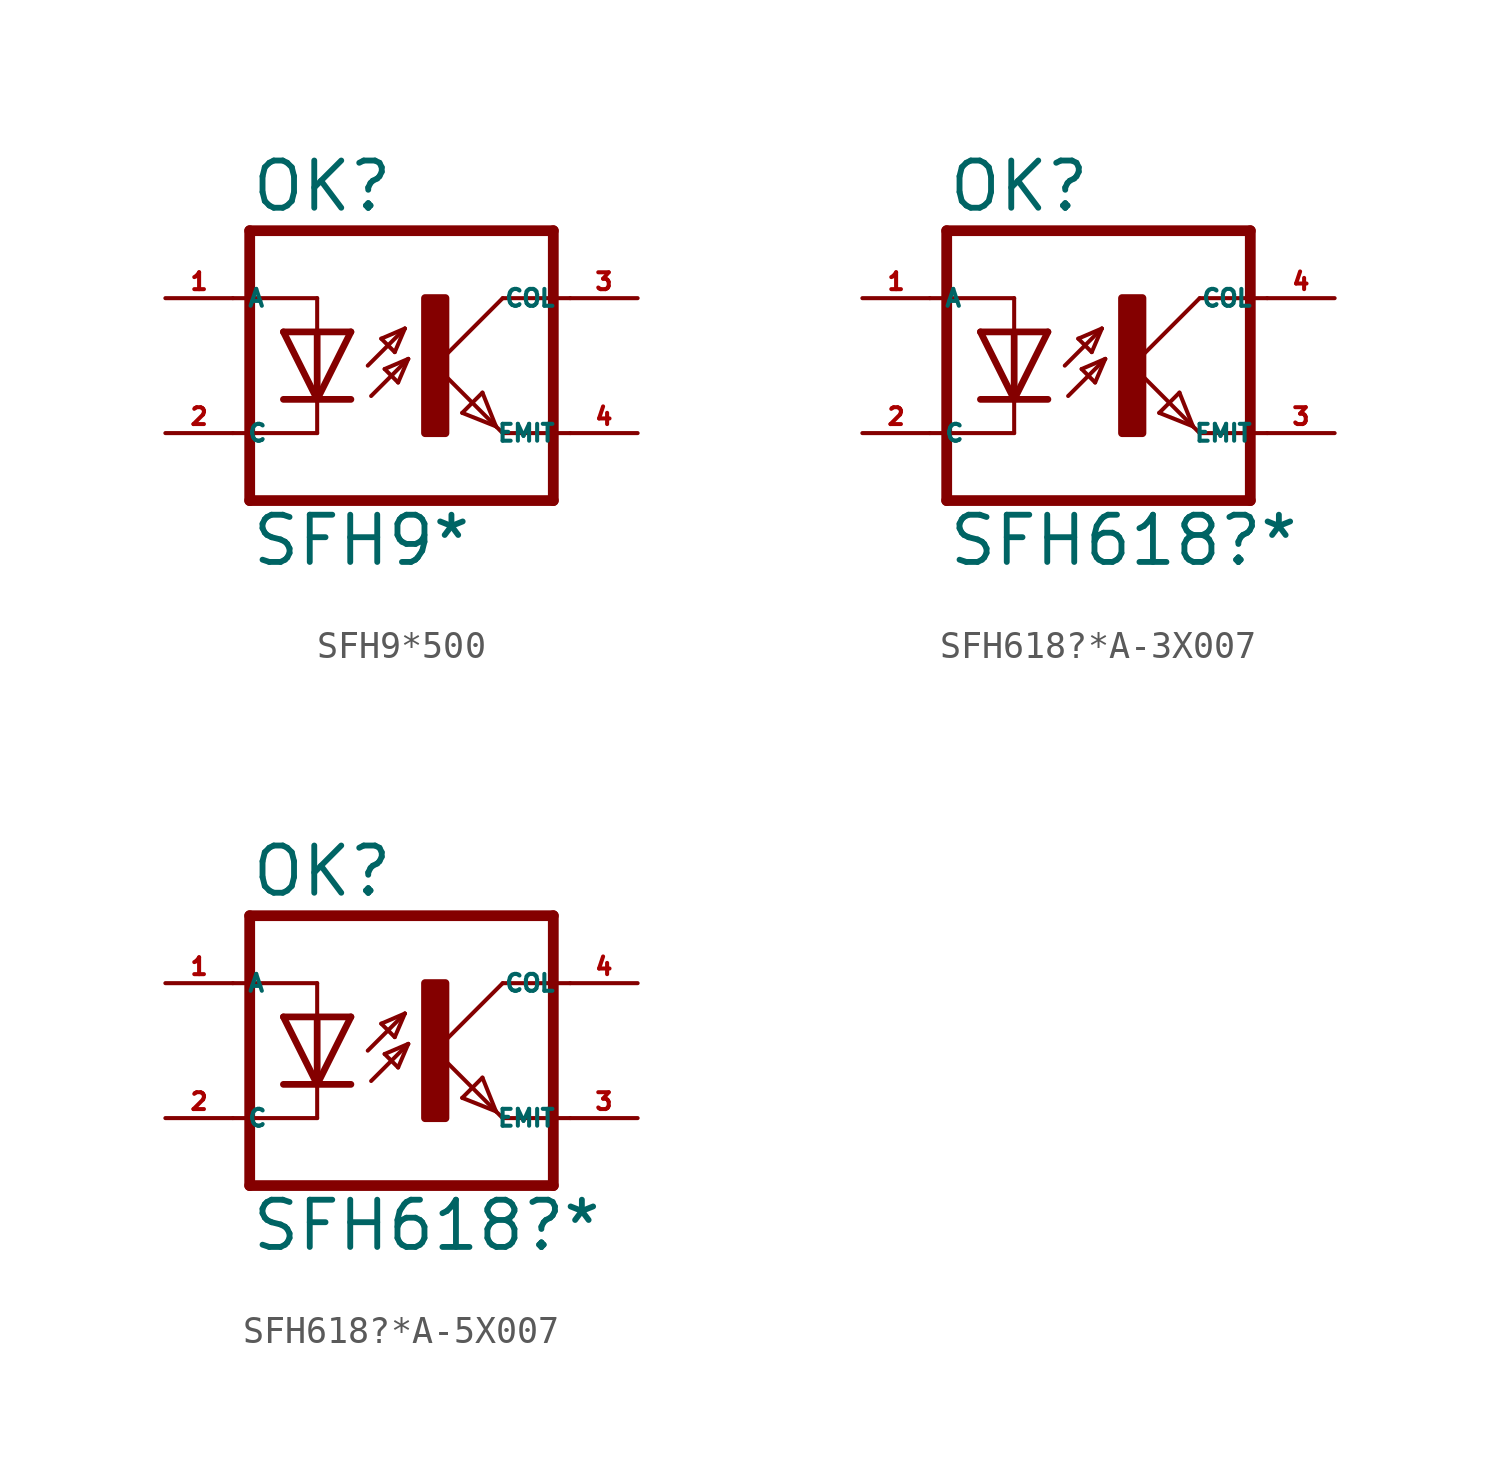
<source format=kicad_sym>
(kicad_symbol_lib
  (version 20220914)
  (generator kicad_symbol_editor)
  (symbol "SFH9*500"
    (property "Reference" "OK"
      (at -6.985 5.715 0)
      (effects (font (size 1.778 1.778) (thickness 0.22)) (justify left bottom)))
    (property "Value" "SFH9*"
      (at -6.985 -7.62 0)
      (effects (font (size 1.778 1.778) (thickness 0.22)) (justify left bottom)))
    (symbol "SFH9*500_1_1"
      (rectangle (start -0.381 -2.54) (end 0.381 2.54) (stroke (width 0.3) (type default)) (fill (type outline)))
      (polyline (pts (xy -6.985 -5.08) (xy 4.445 -5.08)) (stroke (width 0.406) (type default)) (fill (type none)))
      (polyline (pts (xy -6.985 5.08) (xy -6.985 -5.08)) (stroke (width 0.406) (type default)) (fill (type none)))
      (polyline (pts (xy -6.985 5.08) (xy 4.445 5.08)) (stroke (width 0.406) (type default)) (fill (type none)))
      (polyline (pts (xy -4.445 -2.54) (xy -7.62 -2.54)) (stroke (width 0.152) (type default)) (fill (type none)))
      (polyline (pts (xy -4.445 -1.27) (xy -5.715 -1.27)) (stroke (width 0.254) (type default)) (fill (type none)))
      (polyline (pts (xy -4.445 -1.27) (xy -5.715 1.27)) (stroke (width 0.254) (type default)) (fill (type none)))
      (polyline (pts (xy -4.445 -1.27) (xy -4.445 -2.54)) (stroke (width 0.152) (type default)) (fill (type none)))
      (polyline (pts (xy -4.445 1.27) (xy -5.715 1.27)) (stroke (width 0.254) (type default)) (fill (type none)))
      (polyline (pts (xy -4.445 1.27) (xy -4.445 -1.27)) (stroke (width 0.254) (type default)) (fill (type none)))
      (polyline (pts (xy -4.445 2.54) (xy -7.62 2.54)) (stroke (width 0.152) (type default)) (fill (type none)))
      (polyline (pts (xy -4.445 2.54) (xy -4.445 1.27)) (stroke (width 0.152) (type default)) (fill (type none)))
      (polyline (pts (xy -3.175 -1.27) (xy -4.445 -1.27)) (stroke (width 0.254) (type default)) (fill (type none)))
      (polyline (pts (xy -3.175 1.27) (xy -4.445 -1.27)) (stroke (width 0.254) (type default)) (fill (type none)))
      (polyline (pts (xy -3.175 1.27) (xy -4.445 1.27)) (stroke (width 0.254) (type default)) (fill (type none)))
      (polyline (pts (xy -2.54 0) (xy -1.143 1.397)) (stroke (width 0.152) (type default)) (fill (type none)))
      (polyline (pts (xy -2.413 -1.143) (xy -1.016 0.254)) (stroke (width 0.152) (type default)) (fill (type none)))
      (polyline (pts (xy -2.032 1.016) (xy -1.524 0.508)) (stroke (width 0.152) (type default)) (fill (type none)))
      (polyline (pts (xy -1.905 -0.127) (xy -1.397 -0.635)) (stroke (width 0.152) (type default)) (fill (type none)))
      (polyline (pts (xy -1.524 0.508) (xy -1.143 1.397)) (stroke (width 0.152) (type default)) (fill (type none)))
      (polyline (pts (xy -1.397 -0.635) (xy -1.016 0.254)) (stroke (width 0.152) (type default)) (fill (type none)))
      (polyline (pts (xy -1.143 1.397) (xy -2.032 1.016)) (stroke (width 0.152) (type default)) (fill (type none)))
      (polyline (pts (xy -1.016 0.254) (xy -1.905 -0.127)) (stroke (width 0.152) (type default)) (fill (type none)))
      (polyline (pts (xy 0 0) (xy 2.286 -2.286)) (stroke (width 0.152) (type default)) (fill (type none)))
      (polyline (pts (xy 1.016 -1.778) (xy 1.778 -1.016)) (stroke (width 0.152) (type default)) (fill (type none)))
      (polyline (pts (xy 1.778 -1.016) (xy 2.286 -2.286)) (stroke (width 0.152) (type default)) (fill (type none)))
      (polyline (pts (xy 2.286 -2.286) (xy 1.016 -1.778)) (stroke (width 0.152) (type default)) (fill (type none)))
      (polyline (pts (xy 2.286 -2.286) (xy 2.54 -2.54)) (stroke (width 0.152) (type default)) (fill (type none)))
      (polyline (pts (xy 2.54 -2.54) (xy 5.08 -2.54)) (stroke (width 0.152) (type default)) (fill (type none)))
      (polyline (pts (xy 2.54 2.54) (xy 0 0)) (stroke (width 0.152) (type default)) (fill (type none)))
      (polyline (pts (xy 2.54 2.54) (xy 5.08 2.54)) (stroke (width 0.152) (type default)) (fill (type none)))
      (polyline (pts (xy 4.445 5.08) (xy 4.445 -5.08)) (stroke (width 0.406) (type default)) (fill (type none)))
      (pin passive line (at -10.16 2.54 0) (length 2.54) (name "A" (effects (font (size 0.635 0.635)))) (number "1" (effects (font (size 0.635 0.635)))))
      (pin passive line (at -10.16 -2.54 0) (length 2.54) (name "C" (effects (font (size 0.635 0.635)))) (number "2" (effects (font (size 0.635 0.635)))))
      (pin passive line (at 7.62 2.54 180) (length 2.54) (name "COL" (effects (font (size 0.635 0.635)))) (number "3" (effects (font (size 0.635 0.635)))))
      (pin passive line (at 7.62 -2.54 180) (length 2.54) (name "EMIT" (effects (font (size 0.635 0.635)))) (number "4" (effects (font (size 0.635 0.635)))))))
  (symbol "SFH618?*A-3X007"
    (property "Reference" "OK"
      (at -6.985 5.715 0)
      (effects (font (size 1.778 1.778) (thickness 0.22)) (justify left bottom)))
    (property "Value" "SFH618?*"
      (at -6.985 -7.62 0)
      (effects (font (size 1.778 1.778) (thickness 0.22)) (justify left bottom)))
    (symbol "SFH618?*A-3X007_1_1"
      (rectangle (start -0.381 -2.54) (end 0.381 2.54) (stroke (width 0.3) (type default)) (fill (type outline)))
      (polyline (pts (xy -6.985 -5.08) (xy 4.445 -5.08)) (stroke (width 0.406) (type default)) (fill (type none)))
      (polyline (pts (xy -6.985 5.08) (xy -6.985 -5.08)) (stroke (width 0.406) (type default)) (fill (type none)))
      (polyline (pts (xy -6.985 5.08) (xy 4.445 5.08)) (stroke (width 0.406) (type default)) (fill (type none)))
      (polyline (pts (xy -4.445 -2.54) (xy -7.62 -2.54)) (stroke (width 0.152) (type default)) (fill (type none)))
      (polyline (pts (xy -4.445 -1.27) (xy -5.715 -1.27)) (stroke (width 0.254) (type default)) (fill (type none)))
      (polyline (pts (xy -4.445 -1.27) (xy -5.715 1.27)) (stroke (width 0.254) (type default)) (fill (type none)))
      (polyline (pts (xy -4.445 -1.27) (xy -4.445 -2.54)) (stroke (width 0.152) (type default)) (fill (type none)))
      (polyline (pts (xy -4.445 1.27) (xy -5.715 1.27)) (stroke (width 0.254) (type default)) (fill (type none)))
      (polyline (pts (xy -4.445 1.27) (xy -4.445 -1.27)) (stroke (width 0.254) (type default)) (fill (type none)))
      (polyline (pts (xy -4.445 2.54) (xy -7.62 2.54)) (stroke (width 0.152) (type default)) (fill (type none)))
      (polyline (pts (xy -4.445 2.54) (xy -4.445 1.27)) (stroke (width 0.152) (type default)) (fill (type none)))
      (polyline (pts (xy -3.175 -1.27) (xy -4.445 -1.27)) (stroke (width 0.254) (type default)) (fill (type none)))
      (polyline (pts (xy -3.175 1.27) (xy -4.445 -1.27)) (stroke (width 0.254) (type default)) (fill (type none)))
      (polyline (pts (xy -3.175 1.27) (xy -4.445 1.27)) (stroke (width 0.254) (type default)) (fill (type none)))
      (polyline (pts (xy -2.54 0) (xy -1.143 1.397)) (stroke (width 0.152) (type default)) (fill (type none)))
      (polyline (pts (xy -2.413 -1.143) (xy -1.016 0.254)) (stroke (width 0.152) (type default)) (fill (type none)))
      (polyline (pts (xy -2.032 1.016) (xy -1.524 0.508)) (stroke (width 0.152) (type default)) (fill (type none)))
      (polyline (pts (xy -1.905 -0.127) (xy -1.397 -0.635)) (stroke (width 0.152) (type default)) (fill (type none)))
      (polyline (pts (xy -1.524 0.508) (xy -1.143 1.397)) (stroke (width 0.152) (type default)) (fill (type none)))
      (polyline (pts (xy -1.397 -0.635) (xy -1.016 0.254)) (stroke (width 0.152) (type default)) (fill (type none)))
      (polyline (pts (xy -1.143 1.397) (xy -2.032 1.016)) (stroke (width 0.152) (type default)) (fill (type none)))
      (polyline (pts (xy -1.016 0.254) (xy -1.905 -0.127)) (stroke (width 0.152) (type default)) (fill (type none)))
      (polyline (pts (xy 0 0) (xy 2.286 -2.286)) (stroke (width 0.152) (type default)) (fill (type none)))
      (polyline (pts (xy 1.016 -1.778) (xy 1.778 -1.016)) (stroke (width 0.152) (type default)) (fill (type none)))
      (polyline (pts (xy 1.778 -1.016) (xy 2.286 -2.286)) (stroke (width 0.152) (type default)) (fill (type none)))
      (polyline (pts (xy 2.286 -2.286) (xy 1.016 -1.778)) (stroke (width 0.152) (type default)) (fill (type none)))
      (polyline (pts (xy 2.286 -2.286) (xy 2.54 -2.54)) (stroke (width 0.152) (type default)) (fill (type none)))
      (polyline (pts (xy 2.54 -2.54) (xy 5.08 -2.54)) (stroke (width 0.152) (type default)) (fill (type none)))
      (polyline (pts (xy 2.54 2.54) (xy 0 0)) (stroke (width 0.152) (type default)) (fill (type none)))
      (polyline (pts (xy 2.54 2.54) (xy 5.08 2.54)) (stroke (width 0.152) (type default)) (fill (type none)))
      (polyline (pts (xy 4.445 5.08) (xy 4.445 -5.08)) (stroke (width 0.406) (type default)) (fill (type none)))
      (pin passive line (at -10.16 2.54 0) (length 2.54) (name "A" (effects (font (size 0.635 0.635)))) (number "1" (effects (font (size 0.635 0.635)))))
      (pin passive line (at -10.16 -2.54 0) (length 2.54) (name "C" (effects (font (size 0.635 0.635)))) (number "2" (effects (font (size 0.635 0.635)))))
      (pin passive line (at 7.62 -2.54 180) (length 2.54) (name "EMIT" (effects (font (size 0.635 0.635)))) (number "3" (effects (font (size 0.635 0.635)))))
      (pin passive line (at 7.62 2.54 180) (length 2.54) (name "COL" (effects (font (size 0.635 0.635)))) (number "4" (effects (font (size 0.635 0.635)))))))
  (symbol "SFH618?*A-5X007"
    (property "Reference" "OK"
      (at -6.985 5.715 0)
      (effects (font (size 1.778 1.778) (thickness 0.22)) (justify left bottom)))
    (property "Value" "SFH618?*"
      (at -6.985 -7.62 0)
      (effects (font (size 1.778 1.778) (thickness 0.22)) (justify left bottom)))
    (symbol "SFH618?*A-5X007_1_1"
      (rectangle (start -0.381 -2.54) (end 0.381 2.54) (stroke (width 0.3) (type default)) (fill (type outline)))
      (polyline (pts (xy -6.985 -5.08) (xy 4.445 -5.08)) (stroke (width 0.406) (type default)) (fill (type none)))
      (polyline (pts (xy -6.985 5.08) (xy -6.985 -5.08)) (stroke (width 0.406) (type default)) (fill (type none)))
      (polyline (pts (xy -6.985 5.08) (xy 4.445 5.08)) (stroke (width 0.406) (type default)) (fill (type none)))
      (polyline (pts (xy -4.445 -2.54) (xy -7.62 -2.54)) (stroke (width 0.152) (type default)) (fill (type none)))
      (polyline (pts (xy -4.445 -1.27) (xy -5.715 -1.27)) (stroke (width 0.254) (type default)) (fill (type none)))
      (polyline (pts (xy -4.445 -1.27) (xy -5.715 1.27)) (stroke (width 0.254) (type default)) (fill (type none)))
      (polyline (pts (xy -4.445 -1.27) (xy -4.445 -2.54)) (stroke (width 0.152) (type default)) (fill (type none)))
      (polyline (pts (xy -4.445 1.27) (xy -5.715 1.27)) (stroke (width 0.254) (type default)) (fill (type none)))
      (polyline (pts (xy -4.445 1.27) (xy -4.445 -1.27)) (stroke (width 0.254) (type default)) (fill (type none)))
      (polyline (pts (xy -4.445 2.54) (xy -7.62 2.54)) (stroke (width 0.152) (type default)) (fill (type none)))
      (polyline (pts (xy -4.445 2.54) (xy -4.445 1.27)) (stroke (width 0.152) (type default)) (fill (type none)))
      (polyline (pts (xy -3.175 -1.27) (xy -4.445 -1.27)) (stroke (width 0.254) (type default)) (fill (type none)))
      (polyline (pts (xy -3.175 1.27) (xy -4.445 -1.27)) (stroke (width 0.254) (type default)) (fill (type none)))
      (polyline (pts (xy -3.175 1.27) (xy -4.445 1.27)) (stroke (width 0.254) (type default)) (fill (type none)))
      (polyline (pts (xy -2.54 0) (xy -1.143 1.397)) (stroke (width 0.152) (type default)) (fill (type none)))
      (polyline (pts (xy -2.413 -1.143) (xy -1.016 0.254)) (stroke (width 0.152) (type default)) (fill (type none)))
      (polyline (pts (xy -2.032 1.016) (xy -1.524 0.508)) (stroke (width 0.152) (type default)) (fill (type none)))
      (polyline (pts (xy -1.905 -0.127) (xy -1.397 -0.635)) (stroke (width 0.152) (type default)) (fill (type none)))
      (polyline (pts (xy -1.524 0.508) (xy -1.143 1.397)) (stroke (width 0.152) (type default)) (fill (type none)))
      (polyline (pts (xy -1.397 -0.635) (xy -1.016 0.254)) (stroke (width 0.152) (type default)) (fill (type none)))
      (polyline (pts (xy -1.143 1.397) (xy -2.032 1.016)) (stroke (width 0.152) (type default)) (fill (type none)))
      (polyline (pts (xy -1.016 0.254) (xy -1.905 -0.127)) (stroke (width 0.152) (type default)) (fill (type none)))
      (polyline (pts (xy 0 0) (xy 2.286 -2.286)) (stroke (width 0.152) (type default)) (fill (type none)))
      (polyline (pts (xy 1.016 -1.778) (xy 1.778 -1.016)) (stroke (width 0.152) (type default)) (fill (type none)))
      (polyline (pts (xy 1.778 -1.016) (xy 2.286 -2.286)) (stroke (width 0.152) (type default)) (fill (type none)))
      (polyline (pts (xy 2.286 -2.286) (xy 1.016 -1.778)) (stroke (width 0.152) (type default)) (fill (type none)))
      (polyline (pts (xy 2.286 -2.286) (xy 2.54 -2.54)) (stroke (width 0.152) (type default)) (fill (type none)))
      (polyline (pts (xy 2.54 -2.54) (xy 5.08 -2.54)) (stroke (width 0.152) (type default)) (fill (type none)))
      (polyline (pts (xy 2.54 2.54) (xy 0 0)) (stroke (width 0.152) (type default)) (fill (type none)))
      (polyline (pts (xy 2.54 2.54) (xy 5.08 2.54)) (stroke (width 0.152) (type default)) (fill (type none)))
      (polyline (pts (xy 4.445 5.08) (xy 4.445 -5.08)) (stroke (width 0.406) (type default)) (fill (type none)))
      (pin passive line (at -10.16 2.54 0) (length 2.54) (name "A" (effects (font (size 0.635 0.635)))) (number "1" (effects (font (size 0.635 0.635)))))
      (pin passive line (at -10.16 -2.54 0) (length 2.54) (name "C" (effects (font (size 0.635 0.635)))) (number "2" (effects (font (size 0.635 0.635)))))
      (pin passive line (at 7.62 -2.54 180) (length 2.54) (name "EMIT" (effects (font (size 0.635 0.635)))) (number "3" (effects (font (size 0.635 0.635)))))
      (pin passive line (at 7.62 2.54 180) (length 2.54) (name "COL" (effects (font (size 0.635 0.635)))) (number "4" (effects (font (size 0.635 0.635))))))))
</source>
